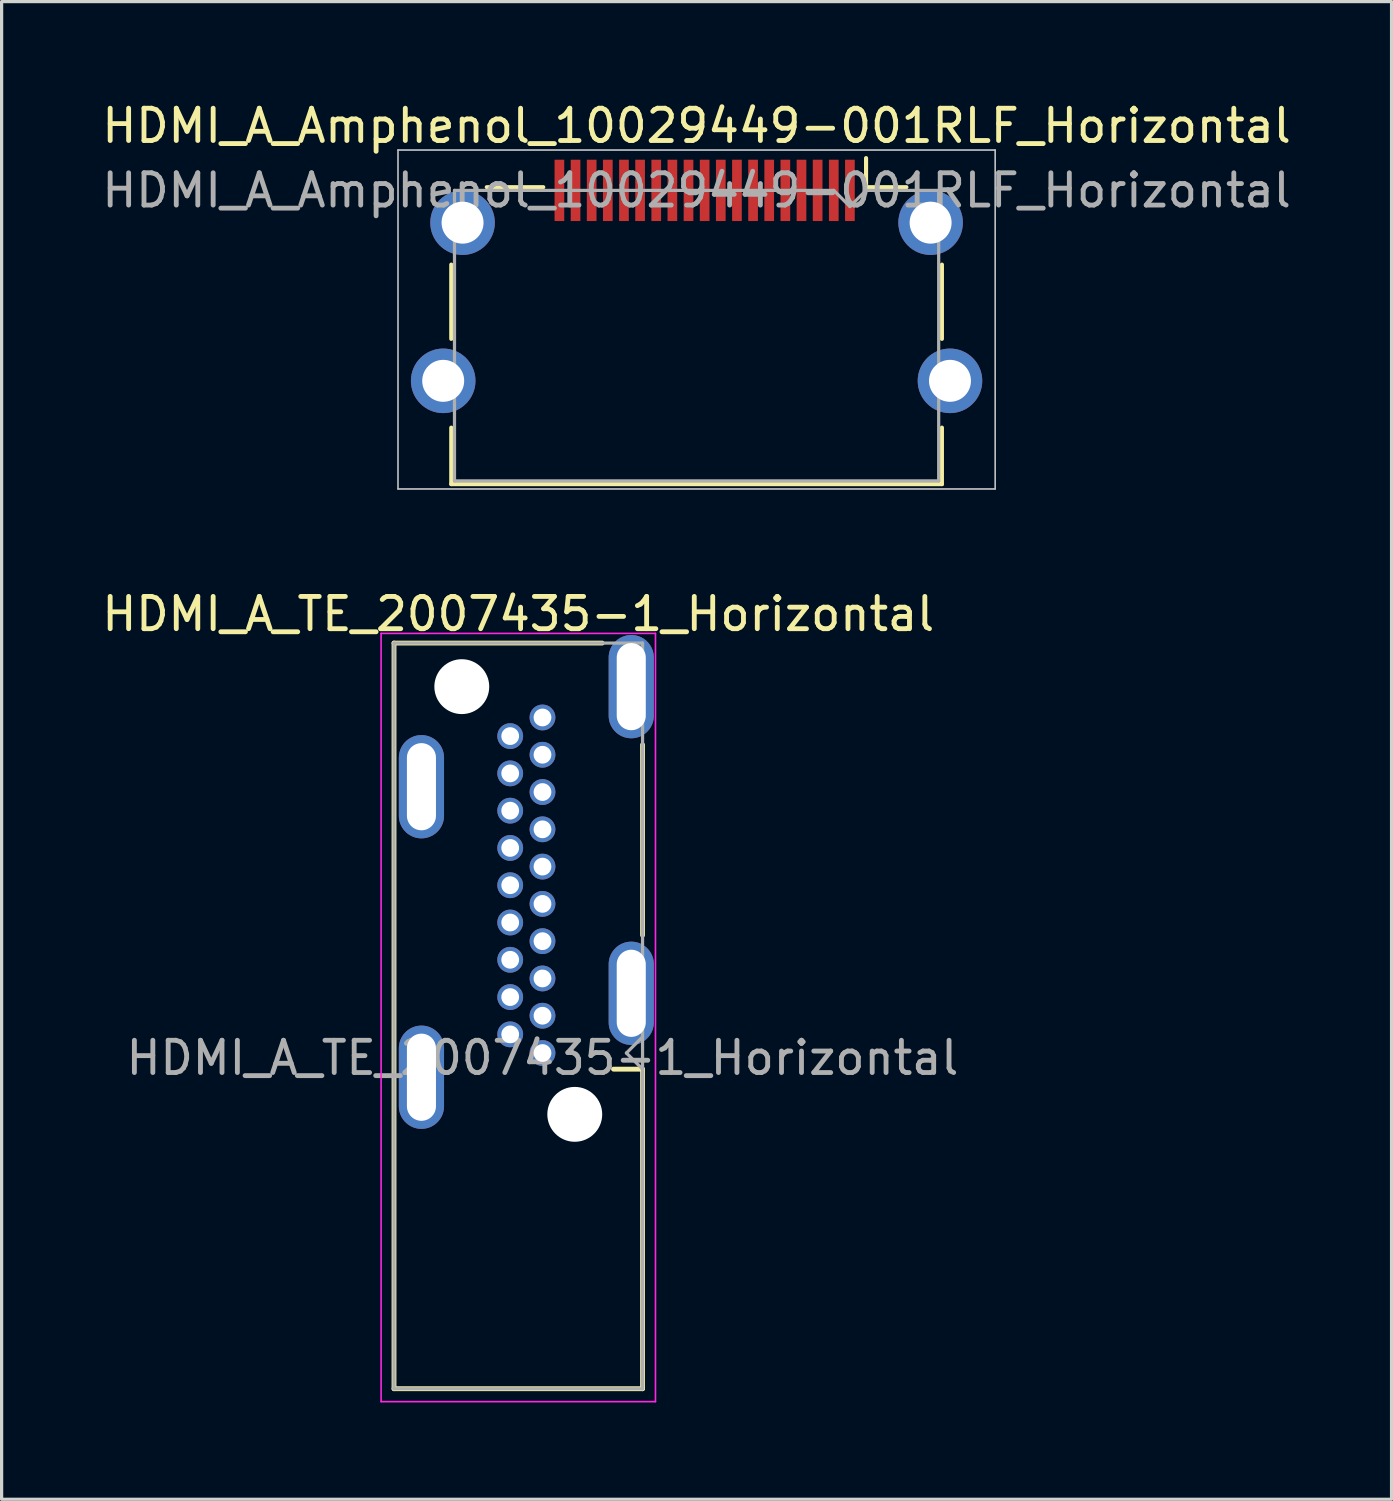
<source format=kicad_pcb>
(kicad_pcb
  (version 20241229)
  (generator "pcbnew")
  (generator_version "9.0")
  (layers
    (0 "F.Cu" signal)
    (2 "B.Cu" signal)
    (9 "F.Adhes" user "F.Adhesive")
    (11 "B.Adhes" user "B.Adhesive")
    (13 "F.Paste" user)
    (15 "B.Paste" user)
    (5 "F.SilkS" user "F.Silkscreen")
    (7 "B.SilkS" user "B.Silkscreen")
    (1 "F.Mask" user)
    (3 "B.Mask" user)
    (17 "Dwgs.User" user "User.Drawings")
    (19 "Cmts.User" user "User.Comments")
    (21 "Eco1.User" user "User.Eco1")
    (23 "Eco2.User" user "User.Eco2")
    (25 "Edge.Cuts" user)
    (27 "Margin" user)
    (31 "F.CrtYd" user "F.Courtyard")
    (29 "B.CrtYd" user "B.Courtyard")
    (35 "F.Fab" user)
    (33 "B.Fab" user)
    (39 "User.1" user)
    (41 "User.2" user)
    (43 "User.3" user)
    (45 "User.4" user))
  (footprint "HDMI_A_TE_2007435-1_Horizontal"
    (layer "F.Cu")
    (at 13.756 29.572)
    (property "Reference" "HDMI_A_TE_2007435-1_Horizontal" (at -0.75 -13.6 0) (layer "F.SilkS") (effects (font (size 1 1) (thickness 0.15))))
    (attr smd)
    (fp_line (start -4.6 -12.7) (end 1.85 -12.7) (stroke (width 0.15) (type solid)) (layer "F.SilkS"))
    (fp_line (start -4.6 10.4) (end -4.6 -12.7) (stroke (width 0.15) (type solid)) (layer "F.SilkS"))
    (fp_line (start -4.6 10.4) (end 3.1 10.4) (stroke (width 0.15) (type solid)) (layer "F.SilkS"))
    (fp_line (start 3.1 -3.65) (end 3.1 -9.55) (stroke (width 0.15) (type solid)) (layer "F.SilkS"))
    (fp_line (start 3.1 0.5) (end 2.2 0.5) (stroke (width 0.15) (type solid)) (layer "F.SilkS"))
    (fp_line (start 3.1 10.4) (end 3.1 0.5) (stroke (width 0.15) (type solid)) (layer "F.SilkS"))
    (fp_line (start -5 -13) (end 3.5 -13) (stroke (width 0.05) (type solid)) (layer "F.CrtYd"))
    (fp_line (start -5 10.8) (end -5 -13) (stroke (width 0.05) (type solid)) (layer "F.CrtYd"))
    (fp_line (start 3.5 -13) (end 3.5 10.8) (stroke (width 0.05) (type solid)) (layer "F.CrtYd"))
    (fp_line (start 3.5 10.8) (end -5 10.8) (stroke (width 0.05) (type solid)) (layer "F.CrtYd"))
    (fp_line (start -4.6 -12.7) (end 3.1 -12.7) (stroke (width 0.1) (type solid)) (layer "F.Fab"))
    (fp_line (start -4.6 10.4) (end -4.6 -12.7) (stroke (width 0.1) (type solid)) (layer "F.Fab"))
    (fp_line (start -4.6 10.4) (end 3.1 10.4) (stroke (width 0.1) (type solid)) (layer "F.Fab"))
    (fp_line (start 2.6 0) (end 3.1 -0.5) (stroke (width 0.1) (type solid)) (layer "F.Fab"))
    (fp_line (start 2.6 0) (end 3.1 0.5) (stroke (width 0.1) (type solid)) (layer "F.Fab"))
    (fp_line (start 3.1 10.4) (end 3.1 -12.7) (stroke (width 0.1) (type solid)) (layer "F.Fab"))
    (fp_text user "${REFERENCE}" (at 0 0.15 0) (layer "F.Fab") (effects (font (size 1 1) (thickness 0.15))))
    (pad "" np_thru_hole circle (at -2.5 -11.35) (size 1.7 1.7) (drill 1.7) (layers "*.Cu" "*.Mask"))
    (pad "" np_thru_hole circle (at 1 1.9) (size 1.7 1.7) (drill 1.7) (layers "*.Cu" "*.Mask"))
    (pad "1" thru_hole circle (at 0 0) (size 0.8 0.8) (drill 0.55) (layers "*.Cu" "*.Mask"))
    (pad "2" thru_hole circle (at -1 -0.578) (size 0.8 0.8) (drill 0.55) (layers "*.Cu" "*.Mask"))
    (pad "3" thru_hole circle (at 0 -1.155) (size 0.8 0.8) (drill 0.55) (layers "*.Cu" "*.Mask"))
    (pad "4" thru_hole circle (at -1 -1.733) (size 0.8 0.8) (drill 0.55) (layers "*.Cu" "*.Mask"))
    (pad "5" thru_hole circle (at 0 -2.31) (size 0.8 0.8) (drill 0.55) (layers "*.Cu" "*.Mask"))
    (pad "6" thru_hole circle (at -1 -2.888) (size 0.8 0.8) (drill 0.55) (layers "*.Cu" "*.Mask"))
    (pad "7" thru_hole circle (at 0 -3.465) (size 0.8 0.8) (drill 0.55) (layers "*.Cu" "*.Mask"))
    (pad "8" thru_hole circle (at -1 -4.043) (size 0.8 0.8) (drill 0.55) (layers "*.Cu" "*.Mask"))
    (pad "9" thru_hole circle (at 0 -4.62) (size 0.8 0.8) (drill 0.55) (layers "*.Cu" "*.Mask"))
    (pad "10" thru_hole circle (at -1 -5.198) (size 0.8 0.8) (drill 0.55) (layers "*.Cu" "*.Mask"))
    (pad "11" thru_hole circle (at 0 -5.775) (size 0.8 0.8) (drill 0.55) (layers "*.Cu" "*.Mask"))
    (pad "12" thru_hole circle (at -1 -6.353) (size 0.8 0.8) (drill 0.55) (layers "*.Cu" "*.Mask"))
    (pad "13" thru_hole circle (at 0 -6.93) (size 0.8 0.8) (drill 0.55) (layers "*.Cu" "*.Mask"))
    (pad "14" thru_hole circle (at -1 -7.508) (size 0.8 0.8) (drill 0.55) (layers "*.Cu" "*.Mask"))
    (pad "15" thru_hole circle (at 0 -8.085) (size 0.8 0.8) (drill 0.55) (layers "*.Cu" "*.Mask"))
    (pad "16" thru_hole circle (at -1 -8.663) (size 0.8 0.8) (drill 0.55) (layers "*.Cu" "*.Mask"))
    (pad "17" thru_hole circle (at 0 -9.24) (size 0.8 0.8) (drill 0.55) (layers "*.Cu" "*.Mask"))
    (pad "18" thru_hole circle (at -1 -9.818) (size 0.8 0.8) (drill 0.55) (layers "*.Cu" "*.Mask"))
    (pad "19" thru_hole circle (at 0 -10.395) (size 0.8 0.8) (drill 0.55) (layers "*.Cu" "*.Mask"))
    (pad "SH" thru_hole oval (at -3.75 -8.25) (size 1.4 3.2) (drill oval 0.9 2.7) (layers "*.Cu" "*.Mask"))
    (pad "SH" thru_hole oval (at -3.75 0.75) (size 1.4 3.2) (drill oval 0.9 2.7) (layers "*.Cu" "*.Mask"))
    (pad "SH" thru_hole oval (at 2.75 -11.35) (size 1.4 3.2) (drill oval 0.9 2.7) (layers "*.Cu" "*.Mask"))
    (pad "SH" thru_hole oval (at 2.75 -1.85) (size 1.4 3.2) (drill oval 0.9 2.7) (layers "*.Cu" "*.Mask")))
  (footprint "HDMI_A_Amphenol_10029449-001RLF_Horizontal"
    (layer "F.Cu")
    (at 18.53 2.848)
    (property "Reference" "HDMI_A_Amphenol_10029449-001RLF_Horizontal" (at 0 -2 0) (layer "F.SilkS") (effects (font (size 1 1) (thickness 0.15))))
    (attr smd)
    (fp_line (start -7.6 4.6) (end -7.6 2.3) (stroke (width 0.127) (type solid)) (layer "F.SilkS"))
    (fp_line (start -7.6 9.1) (end -7.6 7.35) (stroke (width 0.127) (type solid)) (layer "F.SilkS"))
    (fp_line (start -4.75 -0.1) (end -6.5 -0.1) (stroke (width 0.127) (type solid)) (layer "F.SilkS"))
    (fp_line (start 5.25 -1) (end 5.25 -0.1) (stroke (width 0.127) (type solid)) (layer "F.SilkS"))
    (fp_line (start 6.5 -0.1) (end 5.25 -0.1) (stroke (width 0.127) (type solid)) (layer "F.SilkS"))
    (fp_line (start 7.6 2.3) (end 7.6 4.6) (stroke (width 0.127) (type solid)) (layer "F.SilkS"))
    (fp_line (start 7.6 7.35) (end 7.6 9.1) (stroke (width 0.127) (type solid)) (layer "F.SilkS"))
    (fp_line (start 7.6 9.1) (end -7.6 9.1) (stroke (width 0.127) (type solid)) (layer "F.SilkS"))
    (fp_line (start -9.25 -1.25) (end 9.25 -1.25) (stroke (width 0.05) (type solid)) (layer "Dwgs.User"))
    (fp_line (start -9.25 9.25) (end -9.25 -1.25) (stroke (width 0.05) (type solid)) (layer "Dwgs.User"))
    (fp_line (start 9.25 -1.25) (end 9.25 9.25) (stroke (width 0.05) (type solid)) (layer "Dwgs.User"))
    (fp_line (start 9.25 9.25) (end -9.25 9.25) (stroke (width 0.05) (type solid)) (layer "Dwgs.User"))
    (fp_line (start -7.5 9) (end -7.5 0) (stroke (width 0.1) (type solid)) (layer "F.Fab"))
    (fp_line (start 4.25 0) (end -7.5 0) (stroke (width 0.1) (type solid)) (layer "F.Fab"))
    (fp_line (start 4.75 0.5) (end 4.25 0) (stroke (width 0.1) (type solid)) (layer "F.Fab"))
    (fp_line (start 4.75 0.5) (end 5.25 0) (stroke (width 0.1) (type solid)) (layer "F.Fab"))
    (fp_line (start 7.5 0) (end 5.25 0) (stroke (width 0.1) (type solid)) (layer "F.Fab"))
    (fp_line (start 7.5 9) (end -7.5 9) (stroke (width 0.1) (type solid)) (layer "F.Fab"))
    (fp_line (start 7.5 9) (end 7.5 0) (stroke (width 0.1) (type solid)) (layer "F.Fab"))
    (fp_text user "${REFERENCE}" (at 0 0 0) (layer "F.Fab") (effects (font (size 1 1) (thickness 0.15))))
    (pad "1" smd rect (at 4.75 0 90) (size 1.9 0.3) (layers "F.Cu" "F.Mask" "F.Paste"))
    (pad "2" smd rect (at 4.25 0 90) (size 1.9 0.3) (layers "F.Cu" "F.Mask" "F.Paste"))
    (pad "3" smd rect (at 3.75 0 90) (size 1.9 0.3) (layers "F.Cu" "F.Mask" "F.Paste"))
    (pad "4" smd rect (at 3.25 0 90) (size 1.9 0.3) (layers "F.Cu" "F.Mask" "F.Paste"))
    (pad "5" smd rect (at 2.75 0 90) (size 1.9 0.3) (layers "F.Cu" "F.Mask" "F.Paste"))
    (pad "6" smd rect (at 2.25 0 90) (size 1.9 0.3) (layers "F.Cu" "F.Mask" "F.Paste"))
    (pad "7" smd rect (at 1.75 0 90) (size 1.9 0.3) (layers "F.Cu" "F.Mask" "F.Paste"))
    (pad "8" smd rect (at 1.25 0 90) (size 1.9 0.3) (layers "F.Cu" "F.Mask" "F.Paste"))
    (pad "9" smd rect (at 0.75 0 90) (size 1.9 0.3) (layers "F.Cu" "F.Mask" "F.Paste"))
    (pad "10" smd rect (at 0.25 0 90) (size 1.9 0.3) (layers "F.Cu" "F.Mask" "F.Paste"))
    (pad "11" smd rect (at -0.25 0 90) (size 1.9 0.3) (layers "F.Cu" "F.Mask" "F.Paste"))
    (pad "12" smd rect (at -0.75 0 90) (size 1.9 0.3) (layers "F.Cu" "F.Mask" "F.Paste"))
    (pad "13" smd rect (at -1.25 0 90) (size 1.9 0.3) (layers "F.Cu" "F.Mask" "F.Paste"))
    (pad "14" smd rect (at -1.75 0 90) (size 1.9 0.3) (layers "F.Cu" "F.Mask" "F.Paste"))
    (pad "15" smd rect (at -2.25 0 90) (size 1.9 0.3) (layers "F.Cu" "F.Mask" "F.Paste"))
    (pad "16" smd rect (at -2.75 0 90) (size 1.9 0.3) (layers "F.Cu" "F.Mask" "F.Paste"))
    (pad "17" smd rect (at -3.25 0 90) (size 1.9 0.3) (layers "F.Cu" "F.Mask" "F.Paste"))
    (pad "18" smd rect (at -3.75 0 90) (size 1.9 0.3) (layers "F.Cu" "F.Mask" "F.Paste"))
    (pad "19" smd rect (at -4.25 0 90) (size 1.9 0.3) (layers "F.Cu" "F.Mask" "F.Paste"))
    (pad "SH" thru_hole circle (at -7.85 5.9) (size 2 2) (drill 1.3) (layers "*.Cu" "*.Mask"))
    (pad "SH" thru_hole circle (at -7.25 1) (size 2 2) (drill 1.3) (layers "*.Cu" "*.Mask"))
    (pad "SH" thru_hole circle (at 7.25 1) (size 2 2) (drill 1.3) (layers "*.Cu" "*.Mask"))
    (pad "SH" thru_hole circle (at 7.85 5.9) (size 2 2) (drill 1.3) (layers "*.Cu" "*.Mask")))
  (gr_rect
    (start -3 -3)
    (end 40.06 43.397)
    (stroke (width 0.1) (type default))
    (fill no)
    (layer "Edge.Cuts")))
</source>
